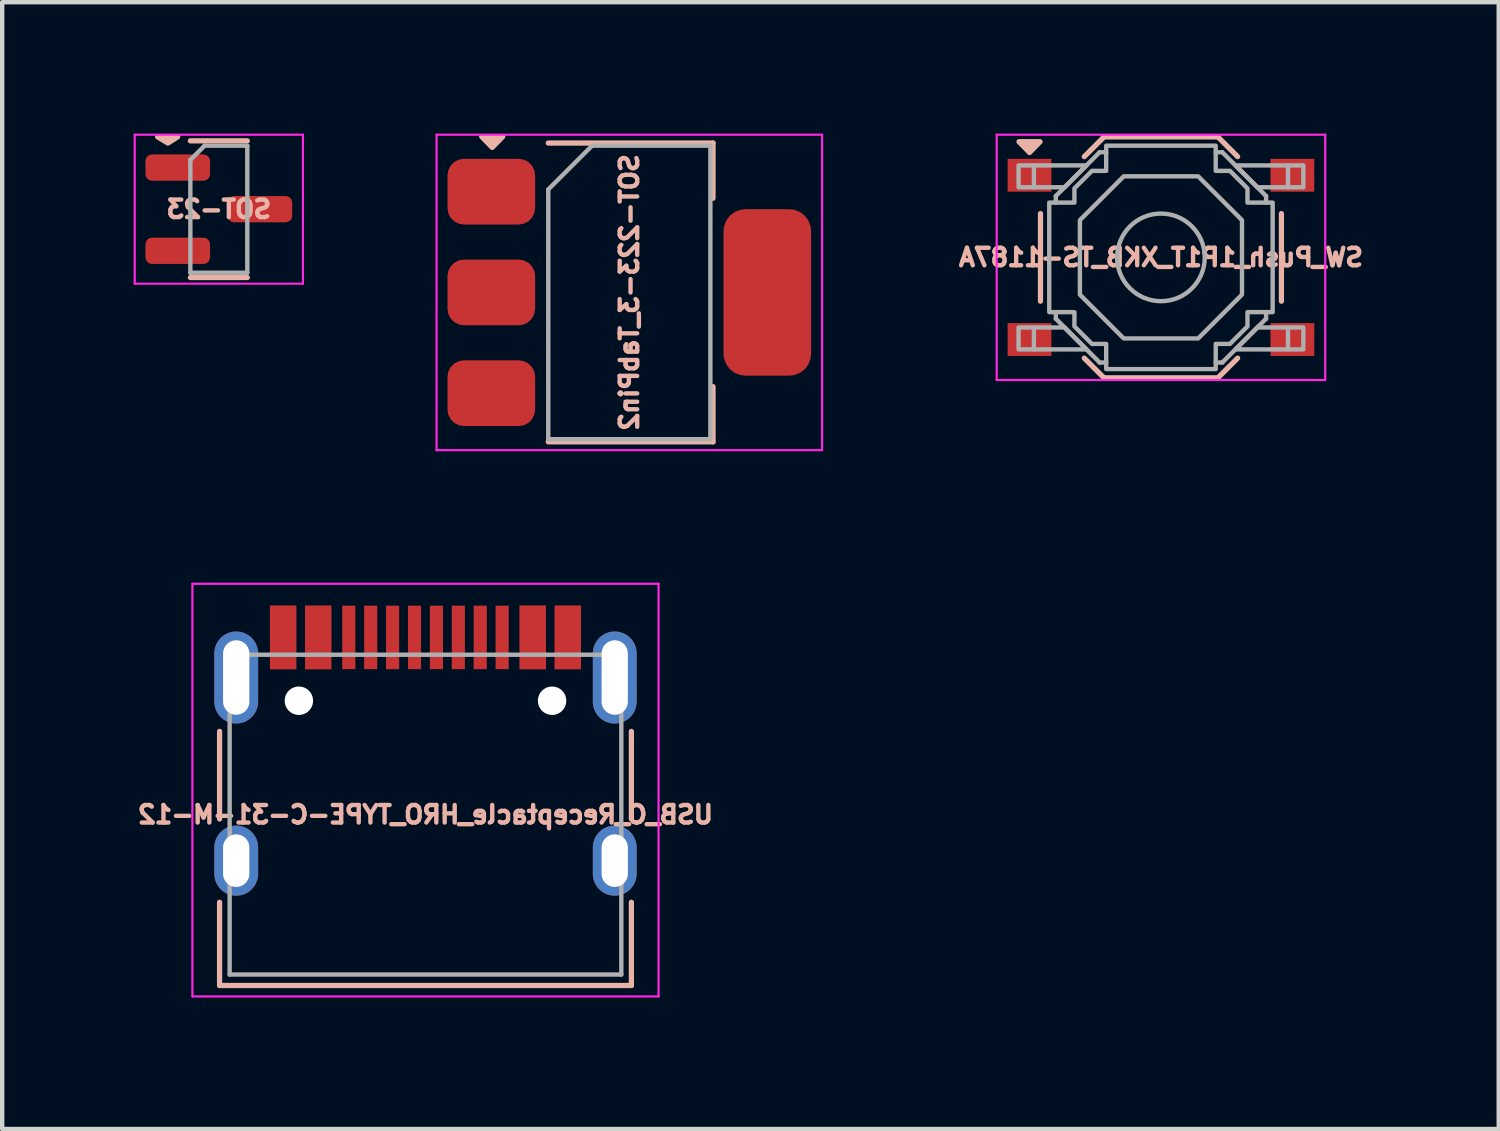
<source format=kicad_pcb>
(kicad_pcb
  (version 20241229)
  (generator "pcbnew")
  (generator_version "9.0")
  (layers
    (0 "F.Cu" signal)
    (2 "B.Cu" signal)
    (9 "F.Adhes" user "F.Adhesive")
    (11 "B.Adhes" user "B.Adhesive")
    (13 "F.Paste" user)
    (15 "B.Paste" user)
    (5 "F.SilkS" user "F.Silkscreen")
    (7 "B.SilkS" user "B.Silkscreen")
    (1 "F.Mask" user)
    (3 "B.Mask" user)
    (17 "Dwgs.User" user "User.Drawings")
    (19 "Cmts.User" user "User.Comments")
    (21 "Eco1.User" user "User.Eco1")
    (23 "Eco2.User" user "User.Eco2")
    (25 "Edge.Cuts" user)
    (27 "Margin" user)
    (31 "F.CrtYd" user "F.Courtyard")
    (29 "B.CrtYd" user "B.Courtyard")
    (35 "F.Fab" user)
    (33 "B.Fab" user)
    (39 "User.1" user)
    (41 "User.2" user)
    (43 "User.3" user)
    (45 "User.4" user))
  (footprint "SOT-223-3_TabPin2"
    (layer "F.Cu")
    (at 11.315 3.625)
    (property "Reference" "SOT-223-3_TabPin2" (at 0 0 270) (layer "B.SilkS") (effects (font (size 0.4 0.4) (thickness 0.1)) (justify mirror)))
    (attr smd)
    (fp_line (start -1.85 -3.41) (end 1.91 -3.41) (stroke (width 0.12) (type solid)) (layer "B.SilkS"))
    (fp_line (start -1.85 3.41) (end 1.91 3.41) (stroke (width 0.12) (type solid)) (layer "B.SilkS"))
    (fp_line (start 1.91 -3.41) (end 1.91 -2.15) (stroke (width 0.12) (type solid)) (layer "B.SilkS"))
    (fp_line (start 1.91 3.41) (end 1.91 2.15) (stroke (width 0.12) (type solid)) (layer "B.SilkS"))
    (fp_poly (pts (xy -3.13 -3.31) (xy -3.37 -3.556) (xy -2.89 -3.556) (xy -3.13 -3.31)) (stroke (width 0.12) (type solid)) (fill yes) (layer "B.SilkS"))
    (fp_line (start -4.4 -3.6) (end -4.4 3.6) (stroke (width 0.05) (type solid)) (layer "F.CrtYd"))
    (fp_line (start -4.4 3.6) (end 4.4 3.6) (stroke (width 0.05) (type solid)) (layer "F.CrtYd"))
    (fp_line (start 4.4 -3.6) (end -4.4 -3.6) (stroke (width 0.05) (type solid)) (layer "F.CrtYd"))
    (fp_line (start 4.4 3.6) (end 4.4 -3.6) (stroke (width 0.05) (type solid)) (layer "F.CrtYd"))
    (fp_line (start -1.85 -2.35) (end -1.85 3.35) (stroke (width 0.1) (type solid)) (layer "F.Fab"))
    (fp_line (start -1.85 -2.35) (end -0.85 -3.35) (stroke (width 0.1) (type solid)) (layer "F.Fab"))
    (fp_line (start -1.85 3.35) (end 1.85 3.35) (stroke (width 0.1) (type solid)) (layer "F.Fab"))
    (fp_line (start -0.85 -3.35) (end 1.85 -3.35) (stroke (width 0.1) (type solid)) (layer "F.Fab"))
    (fp_line (start 1.85 -3.35) (end 1.85 3.35) (stroke (width 0.1) (type solid)) (layer "F.Fab"))
    (pad "1" smd roundrect (at -3.15 -2.3) (size 2 1.5) (layers "F.Cu" "F.Mask" "F.Paste") (roundrect_rratio 0.25))
    (pad "2" smd roundrect (at -3.15 0) (size 2 1.5) (layers "F.Cu" "F.Mask" "F.Paste") (roundrect_rratio 0.25))
    (pad "2" smd roundrect (at 3.15 0) (size 2 3.8) (layers "F.Cu" "F.Mask" "F.Paste") (roundrect_rratio 0.25))
    (pad "3" smd roundrect (at -3.15 2.3) (size 2 1.5) (layers "F.Cu" "F.Mask" "F.Paste") (roundrect_rratio 0.25)))
  (footprint "USB_C_Receptacle_HRO_TYPE-C-31-M-12"
    (layer "F.Cu")
    (at 6.662 15.545)
    (property "Reference" "USB_C_Receptacle_HRO_TYPE-C-31-M-12" (at 0 0 0) (layer "B.SilkS") (effects (font (size 0.4 0.4) (thickness 0.1)) (justify mirror)))
    (attr through_hole)
    (fp_line (start -4.7 -1.9) (end -4.7 0.1) (stroke (width 0.12) (type solid)) (layer "B.SilkS"))
    (fp_line (start -4.7 2) (end -4.7 3.9) (stroke (width 0.12) (type solid)) (layer "B.SilkS"))
    (fp_line (start -4.7 3.9) (end 4.7 3.9) (stroke (width 0.12) (type solid)) (layer "B.SilkS"))
    (fp_line (start 4.7 -1.9) (end 4.7 0.1) (stroke (width 0.12) (type solid)) (layer "B.SilkS"))
    (fp_line (start 4.7 2) (end 4.7 3.9) (stroke (width 0.12) (type solid)) (layer "B.SilkS"))
    (fp_line (start -5.32 -5.27) (end -5.32 4.15) (stroke (width 0.05) (type solid)) (layer "F.CrtYd"))
    (fp_line (start -5.32 -5.27) (end 5.32 -5.27) (stroke (width 0.05) (type solid)) (layer "F.CrtYd"))
    (fp_line (start -5.32 4.15) (end 5.32 4.15) (stroke (width 0.05) (type solid)) (layer "F.CrtYd"))
    (fp_line (start 5.32 -5.27) (end 5.32 4.15) (stroke (width 0.05) (type solid)) (layer "F.CrtYd"))
    (fp_line (start -4.47 -3.65) (end -4.47 3.65) (stroke (width 0.1) (type solid)) (layer "F.Fab"))
    (fp_line (start -4.47 -3.65) (end 4.47 -3.65) (stroke (width 0.1) (type solid)) (layer "F.Fab"))
    (fp_line (start -4.47 3.65) (end 4.47 3.65) (stroke (width 0.1) (type solid)) (layer "F.Fab"))
    (fp_line (start 4.47 -3.65) (end 4.47 3.65) (stroke (width 0.1) (type solid)) (layer "F.Fab"))
    (pad "" np_thru_hole circle (at -2.89 -2.6) (size 0.65 0.65) (drill 0.65) (layers "*.Cu" "*.Mask"))
    (pad "" np_thru_hole circle (at 2.89 -2.6) (size 0.65 0.65) (drill 0.65) (layers "*.Cu" "*.Mask"))
    (pad "A1" smd rect (at -3.25 -4.045) (size 0.6 1.45) (layers "F.Cu" "F.Mask" "F.Paste"))
    (pad "A4" smd rect (at -2.45 -4.045) (size 0.6 1.45) (layers "F.Cu" "F.Mask" "F.Paste"))
    (pad "A5" smd rect (at -1.25 -4.045) (size 0.3 1.45) (layers "F.Cu" "F.Mask" "F.Paste"))
    (pad "A6" smd rect (at -0.25 -4.045) (size 0.3 1.45) (layers "F.Cu" "F.Mask" "F.Paste"))
    (pad "A7" smd rect (at 0.25 -4.045) (size 0.3 1.45) (layers "F.Cu" "F.Mask" "F.Paste"))
    (pad "A8" smd rect (at 1.25 -4.045) (size 0.3 1.45) (layers "F.Cu" "F.Mask" "F.Paste"))
    (pad "A9" smd rect (at 2.45 -4.045) (size 0.6 1.45) (layers "F.Cu" "F.Mask" "F.Paste"))
    (pad "A12" smd rect (at 3.25 -4.045) (size 0.6 1.45) (layers "F.Cu" "F.Mask" "F.Paste"))
    (pad "B1" smd rect (at 3.25 -4.045) (size 0.6 1.45) (layers "F.Cu" "F.Mask" "F.Paste"))
    (pad "B4" smd rect (at 2.45 -4.045) (size 0.6 1.45) (layers "F.Cu" "F.Mask" "F.Paste"))
    (pad "B5" smd rect (at 1.75 -4.045) (size 0.3 1.45) (layers "F.Cu" "F.Mask" "F.Paste"))
    (pad "B6" smd rect (at 0.75 -4.045) (size 0.3 1.45) (layers "F.Cu" "F.Mask" "F.Paste"))
    (pad "B7" smd rect (at -0.75 -4.045) (size 0.3 1.45) (layers "F.Cu" "F.Mask" "F.Paste"))
    (pad "B8" smd rect (at -1.75 -4.045) (size 0.3 1.45) (layers "F.Cu" "F.Mask" "F.Paste"))
    (pad "B9" smd rect (at -2.45 -4.045) (size 0.6 1.45) (layers "F.Cu" "F.Mask" "F.Paste"))
    (pad "B12" smd rect (at -3.25 -4.045) (size 0.6 1.45) (layers "F.Cu" "F.Mask" "F.Paste"))
    (pad "S1" thru_hole oval (at -4.32 -3.13) (size 1 2.1) (drill oval 0.6 1.7) (layers "*.Cu" "*.Mask"))
    (pad "S1" thru_hole oval (at -4.32 1.05) (size 1 1.6) (drill oval 0.6 1.2) (layers "*.Cu" "*.Mask"))
    (pad "S1" thru_hole oval (at 4.32 -3.13) (size 1 2.1) (drill oval 0.6 1.7) (layers "*.Cu" "*.Mask"))
    (pad "S1" thru_hole oval (at 4.32 1.05) (size 1 1.6) (drill oval 0.6 1.2) (layers "*.Cu" "*.Mask")))
  (footprint "SW_Push_1P1T_XKB_TS-1187A"
    (layer "F.Cu")
    (at 23.45 2.825)
    (property "Reference" "SW_Push_1P1T_XKB_TS-1187A" (at 0 0 0) (layer "B.SilkS") (effects (font (size 0.4 0.4) (thickness 0.1)) (justify mirror)))
    (attr smd)
    (fp_line (start -2.75 -1) (end -2.75 1) (stroke (width 0.12) (type solid)) (layer "B.SilkS"))
    (fp_line (start -1.75 -2.3) (end -1.3 -2.75) (stroke (width 0.12) (type solid)) (layer "B.SilkS"))
    (fp_line (start -1.75 2.3) (end -1.3 2.75) (stroke (width 0.12) (type solid)) (layer "B.SilkS"))
    (fp_line (start -1.3 -2.75) (end 1.3 -2.75) (stroke (width 0.12) (type solid)) (layer "B.SilkS"))
    (fp_line (start -1.3 2.75) (end 1.3 2.75) (stroke (width 0.12) (type solid)) (layer "B.SilkS"))
    (fp_line (start 1.75 -2.3) (end 1.3 -2.75) (stroke (width 0.12) (type solid)) (layer "B.SilkS"))
    (fp_line (start 1.75 2.3) (end 1.3 2.75) (stroke (width 0.12) (type solid)) (layer "B.SilkS"))
    (fp_line (start 2.75 -1) (end 2.75 1) (stroke (width 0.12) (type solid)) (layer "B.SilkS"))
    (fp_poly (pts (xy -3 -2.394) (xy -3.24 -2.64) (xy -2.76 -2.64) (xy -3 -2.394)) (stroke (width 0.12) (type solid)) (fill yes) (layer "B.SilkS"))
    (fp_line (start -3.75 -2.8) (end 3.75 -2.8) (stroke (width 0.05) (type solid)) (layer "F.CrtYd"))
    (fp_line (start -3.75 2.8) (end -3.75 -2.8) (stroke (width 0.05) (type solid)) (layer "F.CrtYd"))
    (fp_line (start 3.75 -2.8) (end 3.75 2.8) (stroke (width 0.05) (type solid)) (layer "F.CrtYd"))
    (fp_line (start 3.75 2.8) (end -3.75 2.8) (stroke (width 0.05) (type solid)) (layer "F.CrtYd"))
    (fp_line (start -2.9 -2.1) (end -2.9 -1.6) (stroke (width 0.1) (type solid)) (layer "F.Fab"))
    (fp_line (start -2.9 2.1) (end -2.9 1.6) (stroke (width 0.1) (type solid)) (layer "F.Fab"))
    (fp_line (start -2.4 -1.4) (end -1.4 -2.4) (stroke (width 0.1) (type solid)) (layer "F.Fab"))
    (fp_line (start -2.4 -1.25) (end -2.4 -1.4) (stroke (width 0.1) (type solid)) (layer "F.Fab"))
    (fp_line (start -2.4 1.4) (end -2.4 1.25) (stroke (width 0.1) (type solid)) (layer "F.Fab"))
    (fp_line (start -1.4 -2.4) (end -1.25 -2.4) (stroke (width 0.1) (type solid)) (layer "F.Fab"))
    (fp_line (start -1.4 2.4) (end -2.4 1.4) (stroke (width 0.1) (type solid)) (layer "F.Fab"))
    (fp_line (start -1.25 2.4) (end -1.4 2.4) (stroke (width 0.1) (type solid)) (layer "F.Fab"))
    (fp_line (start 1.25 -2.4) (end 1.4 -2.4) (stroke (width 0.1) (type solid)) (layer "F.Fab"))
    (fp_line (start 1.4 -2.4) (end 2.4 -1.4) (stroke (width 0.1) (type solid)) (layer "F.Fab"))
    (fp_line (start 1.4 2.4) (end 1.25 2.4) (stroke (width 0.1) (type solid)) (layer "F.Fab"))
    (fp_line (start 2.4 -1.4) (end 2.4 -1.25) (stroke (width 0.1) (type solid)) (layer "F.Fab"))
    (fp_line (start 2.4 1.25) (end 2.4 1.4) (stroke (width 0.1) (type solid)) (layer "F.Fab"))
    (fp_line (start 2.4 1.4) (end 1.4 2.4) (stroke (width 0.1) (type solid)) (layer "F.Fab"))
    (fp_line (start 2.9 -2.1) (end 2.9 -1.6) (stroke (width 0.1) (type solid)) (layer "F.Fab"))
    (fp_line (start 2.9 2.1) (end 2.9 1.6) (stroke (width 0.1) (type solid)) (layer "F.Fab"))
    (fp_circle (center 0 0) (end 1 0) (stroke (width 0.1) (type solid)) (fill no) (layer "F.Fab"))
    (fp_poly (pts (xy -1.7 -2.1) (xy -2.2 -1.6) (xy -3.25 -1.6) (xy -3.25 -2.1)) (stroke (width 0.1) (type solid)) (fill no) (layer "F.Fab"))
    (fp_poly (pts (xy -1.7 2.1) (xy -2.2 1.6) (xy -3.25 1.6) (xy -3.25 2.1)) (stroke (width 0.1) (type solid)) (fill no) (layer "F.Fab"))
    (fp_poly (pts (xy 1.7 -2.1) (xy 2.2 -1.6) (xy 3.25 -1.6) (xy 3.25 -2.1)) (stroke (width 0.1) (type solid)) (fill no) (layer "F.Fab"))
    (fp_poly (pts (xy 1.7 2.1) (xy 2.2 1.6) (xy 3.25 1.6) (xy 3.25 2.1)) (stroke (width 0.1) (type solid)) (fill no) (layer "F.Fab"))
    (fp_poly (pts (xy 0.85 -1.85) (xy 1.85 -0.85) (xy 1.85 0.85) (xy 0.85 1.85) (xy -0.85 1.85) (xy -1.85 0.85) (xy -1.85 -0.85) (xy -0.85 -1.85)) (stroke (width 0.1) (type solid)) (fill no) (layer "F.Fab"))
    (fp_poly (pts (xy -1.25 -2.55) (xy 1.25 -2.55) (xy 1.25 -1.975) (xy 1.575 -1.975) (xy 1.975 -1.575) (xy 1.975 -1.25) (xy 2.55 -1.25) (xy 2.55 1.25) (xy 1.975 1.25) (xy 1.975 1.575) (xy 1.575 1.975) (xy 1.25 1.975) (xy 1.25 2.55) (xy -1.25 2.55) (xy -1.25 1.975) (xy -1.575 1.975) (xy -1.975 1.575) (xy -1.975 1.25) (xy -2.55 1.25) (xy -2.55 -1.25) (xy -1.975 -1.25) (xy -1.975 -1.575) (xy -1.575 -1.975) (xy -1.25 -1.975)) (stroke (width 0.1) (type solid)) (fill no) (layer "F.Fab"))
    (pad "1" smd rect (at -3 -1.875) (size 1 0.75) (layers "F.Cu" "F.Mask" "F.Paste"))
    (pad "1" smd rect (at 3 -1.875) (size 1 0.75) (layers "F.Cu" "F.Mask" "F.Paste"))
    (pad "2" smd rect (at -3 1.875) (size 1 0.75) (layers "F.Cu" "F.Mask" "F.Paste"))
    (pad "2" smd rect (at 3 1.875) (size 1 0.75) (layers "F.Cu" "F.Mask" "F.Paste")))
  (footprint "SOT-23"
    (layer "F.Cu")
    (at 1.945 1.725)
    (property "Reference" "SOT-23" (at 0 0 0) (layer "B.SilkS") (effects (font (size 0.4 0.4) (thickness 0.1)) (justify mirror)))
    (attr smd)
    (fp_line (start 0.65 -1.56) (end -0.65 -1.56) (stroke (width 0.12) (type solid)) (layer "B.SilkS"))
    (fp_line (start 0.65 1.56) (end -0.65 1.56) (stroke (width 0.12) (type solid)) (layer "B.SilkS"))
    (fp_poly (pts (xy -1.163 -1.51) (xy -1.397 -1.651) (xy -0.94 -1.651) (xy -1.163 -1.51)) (stroke (width 0.12) (type solid)) (fill yes) (layer "B.SilkS"))
    (fp_line (start -1.92 -1.7) (end -1.92 1.7) (stroke (width 0.05) (type solid)) (layer "F.CrtYd"))
    (fp_line (start -1.92 1.7) (end 1.92 1.7) (stroke (width 0.05) (type solid)) (layer "F.CrtYd"))
    (fp_line (start 1.92 -1.7) (end -1.92 -1.7) (stroke (width 0.05) (type solid)) (layer "F.CrtYd"))
    (fp_line (start 1.92 1.7) (end 1.92 -1.7) (stroke (width 0.05) (type solid)) (layer "F.CrtYd"))
    (fp_line (start -0.65 -1.125) (end -0.325 -1.45) (stroke (width 0.1) (type solid)) (layer "F.Fab"))
    (fp_line (start -0.65 1.45) (end -0.65 -1.125) (stroke (width 0.1) (type solid)) (layer "F.Fab"))
    (fp_line (start -0.325 -1.45) (end 0.65 -1.45) (stroke (width 0.1) (type solid)) (layer "F.Fab"))
    (fp_line (start 0.65 -1.45) (end 0.65 1.45) (stroke (width 0.1) (type solid)) (layer "F.Fab"))
    (fp_line (start 0.65 1.45) (end -0.65 1.45) (stroke (width 0.1) (type solid)) (layer "F.Fab"))
    (pad "1" smd roundrect (at -0.938 -0.95) (size 1.475 0.6) (layers "F.Cu" "F.Mask" "F.Paste") (roundrect_rratio 0.25))
    (pad "2" smd roundrect (at -0.938 0.95) (size 1.475 0.6) (layers "F.Cu" "F.Mask" "F.Paste") (roundrect_rratio 0.25))
    (pad "3" smd roundrect (at 0.938 0) (size 1.475 0.6) (layers "F.Cu" "F.Mask" "F.Paste") (roundrect_rratio 0.25)))
  (gr_rect
    (start -3 -3)
    (end 31.16 22.72)
    (stroke (width 0.1) (type default))
    (fill no)
    (layer "Edge.Cuts")))
</source>
